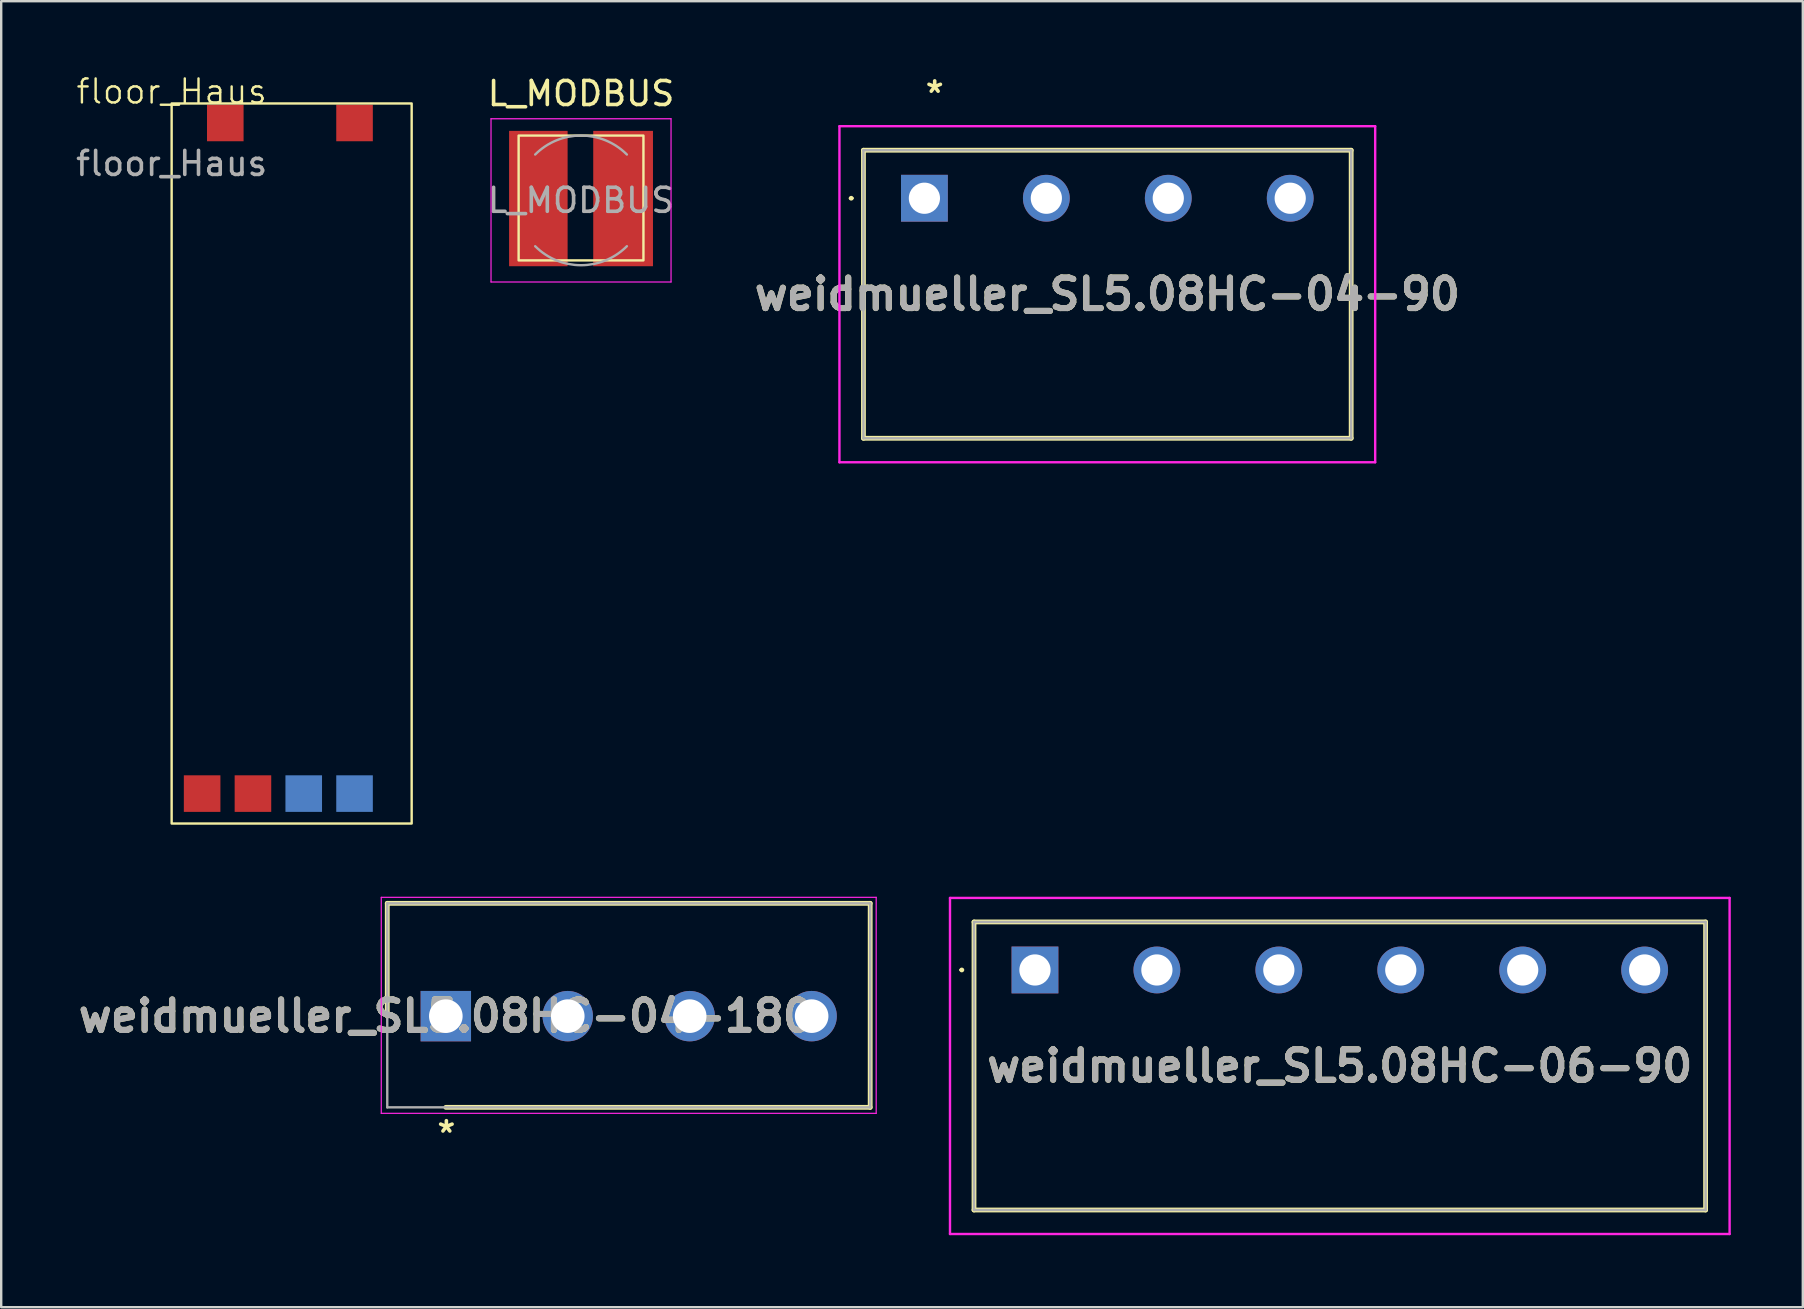
<source format=kicad_pcb>
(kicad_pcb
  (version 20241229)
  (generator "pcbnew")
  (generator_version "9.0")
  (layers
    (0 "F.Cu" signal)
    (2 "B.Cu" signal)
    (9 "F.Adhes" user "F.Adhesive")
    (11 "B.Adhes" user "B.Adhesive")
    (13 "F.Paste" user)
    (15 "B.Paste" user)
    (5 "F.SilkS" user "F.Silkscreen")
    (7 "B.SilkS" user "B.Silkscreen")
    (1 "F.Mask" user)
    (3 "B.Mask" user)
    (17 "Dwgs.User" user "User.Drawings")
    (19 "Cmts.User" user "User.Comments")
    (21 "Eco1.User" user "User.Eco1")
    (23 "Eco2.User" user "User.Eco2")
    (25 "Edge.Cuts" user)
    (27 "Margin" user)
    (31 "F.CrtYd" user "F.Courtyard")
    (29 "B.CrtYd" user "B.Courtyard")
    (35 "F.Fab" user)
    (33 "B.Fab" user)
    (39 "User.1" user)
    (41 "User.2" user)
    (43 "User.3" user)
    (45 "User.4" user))
  (footprint "weidmueller_SL5.08HC-04-90"
    (layer "F.Cu")
    (at 35.463 5.209)
    (property "Reference" "weidmueller_SL5.08HC-04-90" (at 7.62 4 0) (layer "F.SilkS") (effects (font (size 1.27 1.27) (thickness 0.254))))
    (attr through_hole)
    (fp_line (start -3.1 0) (end -3.1 0) (stroke (width 0.1) (type solid)) (layer "F.SilkS"))
    (fp_line (start -3 0) (end -3 0) (stroke (width 0.1) (type solid)) (layer "F.SilkS"))
    (fp_line (start -2.54 -2) (end 17.78 -2) (stroke (width 0.2) (type solid)) (layer "F.SilkS"))
    (fp_line (start -2.54 10) (end -2.54 -2) (stroke (width 0.2) (type solid)) (layer "F.SilkS"))
    (fp_line (start 17.78 -2) (end 17.78 10) (stroke (width 0.2) (type solid)) (layer "F.SilkS"))
    (fp_line (start 17.78 10) (end -2.54 10) (stroke (width 0.2) (type solid)) (layer "F.SilkS"))
    (fp_arc (start -3.1 0) (mid -3.05 -0.05) (end -3 0) (stroke (width 0.1) (type solid)) (layer "F.SilkS"))
    (fp_arc (start -3 0) (mid -3.05 0.05) (end -3.1 0) (stroke (width 0.1) (type solid)) (layer "F.SilkS"))
    (fp_line (start -3.54 -3) (end 18.78 -3) (stroke (width 0.1) (type solid)) (layer "F.CrtYd"))
    (fp_line (start -3.54 11) (end -3.54 -3) (stroke (width 0.1) (type solid)) (layer "F.CrtYd"))
    (fp_line (start 18.78 -3) (end 18.78 11) (stroke (width 0.1) (type solid)) (layer "F.CrtYd"))
    (fp_line (start 18.78 11) (end -3.54 11) (stroke (width 0.1) (type solid)) (layer "F.CrtYd"))
    (fp_line (start -2.54 -2) (end 17.78 -2) (stroke (width 0.1) (type solid)) (layer "F.Fab"))
    (fp_line (start -2.54 10) (end -2.54 -2) (stroke (width 0.1) (type solid)) (layer "F.Fab"))
    (fp_line (start 17.78 -2) (end 17.78 10) (stroke (width 0.1) (type solid)) (layer "F.Fab"))
    (fp_line (start 17.78 10) (end -2.54 10) (stroke (width 0.1) (type solid)) (layer "F.Fab"))
    (fp_text user "*" (at -0.051 -3.759 0) (unlocked yes) (layer "F.SilkS") (effects (font (size 1 1) (thickness 0.15)) (justify left bottom)))
    (fp_text user "${REFERENCE}" (at 7.62 4 0) (layer "F.Fab") (effects (font (size 1.27 1.27) (thickness 0.254))))
    (pad "1" thru_hole rect (at 0 0) (size 1.95 1.95) (drill 1.3) (layers "*.Cu" "*.Mask"))
    (pad "2" thru_hole circle (at 5.08 0) (size 1.95 1.95) (drill 1.3) (layers "*.Cu" "*.Mask"))
    (pad "3" thru_hole circle (at 10.16 0) (size 1.95 1.95) (drill 1.3) (layers "*.Cu" "*.Mask"))
    (pad "4" thru_hole circle (at 15.24 0) (size 1.95 1.95) (drill 1.3) (layers "*.Cu" "*.Mask")))
  (footprint "weidmueller_SL5.08HC-04-180"
    (layer "F.Cu")
    (at 15.524 39.285)
    (property "Reference" "weidmueller_SL5.08HC-04-180" (at 0 0 0) (layer "F.SilkS") (effects (font (size 1.27 1.27) (thickness 0.254))))
    (attr through_hole)
    (fp_line (start -2.44 -4.7) (end -2.44 0) (stroke (width 0.2) (type solid)) (layer "F.SilkS"))
    (fp_line (start 0 3.8) (end 17.68 3.8) (stroke (width 0.2) (type solid)) (layer "F.SilkS"))
    (fp_line (start 17.68 -4.7) (end -2.44 -4.7) (stroke (width 0.2) (type solid)) (layer "F.SilkS"))
    (fp_line (start 17.68 3.8) (end 17.68 -4.7) (stroke (width 0.2) (type solid)) (layer "F.SilkS"))
    (fp_line (start -2.69 -4.95) (end 17.93 -4.95) (stroke (width 0.05) (type solid)) (layer "F.CrtYd"))
    (fp_line (start -2.69 4.05) (end -2.69 -4.95) (stroke (width 0.05) (type solid)) (layer "F.CrtYd"))
    (fp_line (start 17.93 -4.95) (end 17.93 4.05) (stroke (width 0.05) (type solid)) (layer "F.CrtYd"))
    (fp_line (start 17.93 4.05) (end -2.69 4.05) (stroke (width 0.05) (type solid)) (layer "F.CrtYd"))
    (fp_line (start -2.44 -4.7) (end 17.68 -4.7) (stroke (width 0.1) (type solid)) (layer "F.Fab"))
    (fp_line (start -2.44 3.8) (end -2.44 -4.7) (stroke (width 0.1) (type solid)) (layer "F.Fab"))
    (fp_line (start 17.68 -4.7) (end 17.68 3.8) (stroke (width 0.1) (type solid)) (layer "F.Fab"))
    (fp_line (start 17.68 3.8) (end -2.44 3.8) (stroke (width 0.1) (type solid)) (layer "F.Fab"))
    (fp_text user "*" (at -0.457 5.486 0) (unlocked yes) (layer "F.SilkS") (effects (font (size 1 1) (thickness 0.15)) (justify left bottom)))
    (fp_text user "${REFERENCE}" (at 0 0 0) (layer "F.Fab") (effects (font (size 1.27 1.27) (thickness 0.254))))
    (pad "1" thru_hole rect (at 0 0) (size 2.1 2.1) (drill 1.4) (layers "*.Cu" "*.Mask"))
    (pad "2" thru_hole circle (at 5.08 0) (size 2.1 2.1) (drill 1.4) (layers "*.Cu" "*.Mask"))
    (pad "3" thru_hole circle (at 10.16 0) (size 2.1 2.1) (drill 1.4) (layers "*.Cu" "*.Mask"))
    (pad "4" thru_hole circle (at 15.24 0) (size 2.1 2.1) (drill 1.4) (layers "*.Cu" "*.Mask")))
  (footprint "weidmueller_SL5.08HC-06-90"
    (layer "F.Cu")
    (at 40.069 37.361)
    (property "Reference" "weidmueller_SL5.08HC-06-90" (at 12.7 4 0) (layer "F.SilkS") (effects (font (size 1.27 1.27) (thickness 0.254))))
    (attr through_hole)
    (fp_line (start -3.1 0) (end -3.1 0) (stroke (width 0.1) (type solid)) (layer "F.SilkS"))
    (fp_line (start -3 0) (end -3 0) (stroke (width 0.1) (type solid)) (layer "F.SilkS"))
    (fp_line (start -2.54 -2) (end 27.94 -2) (stroke (width 0.2) (type solid)) (layer "F.SilkS"))
    (fp_line (start -2.54 10) (end -2.54 -2) (stroke (width 0.2) (type solid)) (layer "F.SilkS"))
    (fp_line (start 27.94 -2) (end 27.94 10) (stroke (width 0.2) (type solid)) (layer "F.SilkS"))
    (fp_line (start 27.94 10) (end -2.54 10) (stroke (width 0.2) (type solid)) (layer "F.SilkS"))
    (fp_arc (start -3.1 0) (mid -3.05 -0.05) (end -3 0) (stroke (width 0.1) (type solid)) (layer "F.SilkS"))
    (fp_arc (start -3 0) (mid -3.05 0.05) (end -3.1 0) (stroke (width 0.1) (type solid)) (layer "F.SilkS"))
    (fp_line (start -3.54 -3) (end 28.94 -3) (stroke (width 0.1) (type solid)) (layer "F.CrtYd"))
    (fp_line (start -3.54 11) (end -3.54 -3) (stroke (width 0.1) (type solid)) (layer "F.CrtYd"))
    (fp_line (start 28.94 -3) (end 28.94 11) (stroke (width 0.1) (type solid)) (layer "F.CrtYd"))
    (fp_line (start 28.94 11) (end -3.54 11) (stroke (width 0.1) (type solid)) (layer "F.CrtYd"))
    (fp_line (start -2.54 -2) (end 27.94 -2) (stroke (width 0.1) (type solid)) (layer "F.Fab"))
    (fp_line (start -2.54 10) (end -2.54 -2) (stroke (width 0.1) (type solid)) (layer "F.Fab"))
    (fp_line (start 27.94 -2) (end 27.94 10) (stroke (width 0.1) (type solid)) (layer "F.Fab"))
    (fp_line (start 27.94 10) (end -2.54 10) (stroke (width 0.1) (type solid)) (layer "F.Fab"))
    (fp_text user "${REFERENCE}" (at 12.7 4 0) (layer "F.Fab") (effects (font (size 1.27 1.27) (thickness 0.254))))
    (pad "1" thru_hole rect (at 0 0) (size 1.95 1.95) (drill 1.3) (layers "*.Cu" "*.Mask"))
    (pad "2" thru_hole circle (at 5.08 0) (size 1.95 1.95) (drill 1.3) (layers "*.Cu" "*.Mask"))
    (pad "3" thru_hole circle (at 10.16 0) (size 1.95 1.95) (drill 1.3) (layers "*.Cu" "*.Mask"))
    (pad "4" thru_hole circle (at 15.24 0) (size 1.95 1.95) (drill 1.3) (layers "*.Cu" "*.Mask"))
    (pad "5" thru_hole circle (at 20.32 0) (size 1.95 1.95) (drill 1.3) (layers "*.Cu" "*.Mask"))
    (pad "6" thru_hole circle (at 25.4 0) (size 1.95 1.95) (drill 1.3) (layers "*.Cu" "*.Mask")))
  (footprint "floor_Haus"
    (layer "F.Cu")
    (at 4.101 1.26)
    (property "Reference" "floor_Haus" (at 0 -0.5 0) (unlocked yes) (layer "F.SilkS") (effects (font (size 1 1) (thickness 0.1))))
    (fp_rect (start 10 30) (end 0 0) (stroke (width 0.1) (type default)) (fill no) (layer "F.SilkS"))
    (fp_text user "${REFERENCE}" (at 0 2.5 0) (unlocked yes) (layer "F.Fab") (effects (font (size 1 1) (thickness 0.15))))
    (pad "1" connect rect (at 2.235 0.813) (size 1.524 1.524) (layers "F.Cu" "F.Mask"))
    (pad "2" connect rect (at 7.62 0.813) (size 1.524 1.524) (layers "F.Cu" "F.Mask"))
    (pad "3" connect rect (at 1.27 28.753) (size 1.524 1.524) (layers "F.Cu" "F.Mask"))
    (pad "4" connect rect (at 3.387 28.753) (size 1.524 1.524) (layers "F.Cu" "F.Mask"))
    (pad "5" connect rect (at 5.503 28.753) (size 1.524 1.524) (layers "B.Cu" "B.Mask"))
    (pad "6" connect rect (at 7.62 28.753) (size 1.524 1.524) (layers "B.Cu" "B.Mask")))
  (footprint "L_MODBUS"
    (layer "F.Cu")
    (at 21.157 5.298)
    (property "Reference" "L_MODBUS" (at 0 -4.45 0) (layer "F.SilkS") (effects (font (size 1 1) (thickness 0.15))))
    (attr smd)
    (fp_rect (start -2.6 -2.7) (end 2.6 2.5) (stroke (width 0.1) (type default)) (fill no) (layer "F.SilkS"))
    (fp_line (start -3.75 -3.4) (end -3.75 3.4) (stroke (width 0.05) (type solid)) (layer "F.CrtYd"))
    (fp_line (start -3.75 3.4) (end 3.75 3.4) (stroke (width 0.05) (type solid)) (layer "F.CrtYd"))
    (fp_line (start 3.75 -3.4) (end -3.75 -3.4) (stroke (width 0.05) (type solid)) (layer "F.CrtYd"))
    (fp_line (start 3.75 3.4) (end 3.75 -3.4) (stroke (width 0.05) (type solid)) (layer "F.CrtYd"))
    (fp_arc (start -1.91 -1.91) (mid 0 -2.701148) (end 1.91 -1.91) (stroke (width 0.1) (type solid)) (layer "F.Fab"))
    (fp_arc (start 1.91 1.91) (mid 0 2.701148) (end -1.91 1.91) (stroke (width 0.1) (type solid)) (layer "F.Fab"))
    (fp_text user "${REFERENCE}" (at 0 0 0) (layer "F.Fab") (effects (font (size 1 1) (thickness 0.15))))
    (pad "1" smd rect (at -1.778 -0.076) (size 2.438 5.639) (layers "F.Cu" "F.Mask" "F.Paste"))
    (pad "2" smd rect (at 1.753 -0.076) (size 2.489 5.639) (layers "F.Cu" "F.Mask" "F.Paste")))
  (gr_rect
    (start -3 -3)
    (end 72.059 51.41)
    (stroke (width 0.1) (type default))
    (fill no)
    (layer "Edge.Cuts")))
</source>
